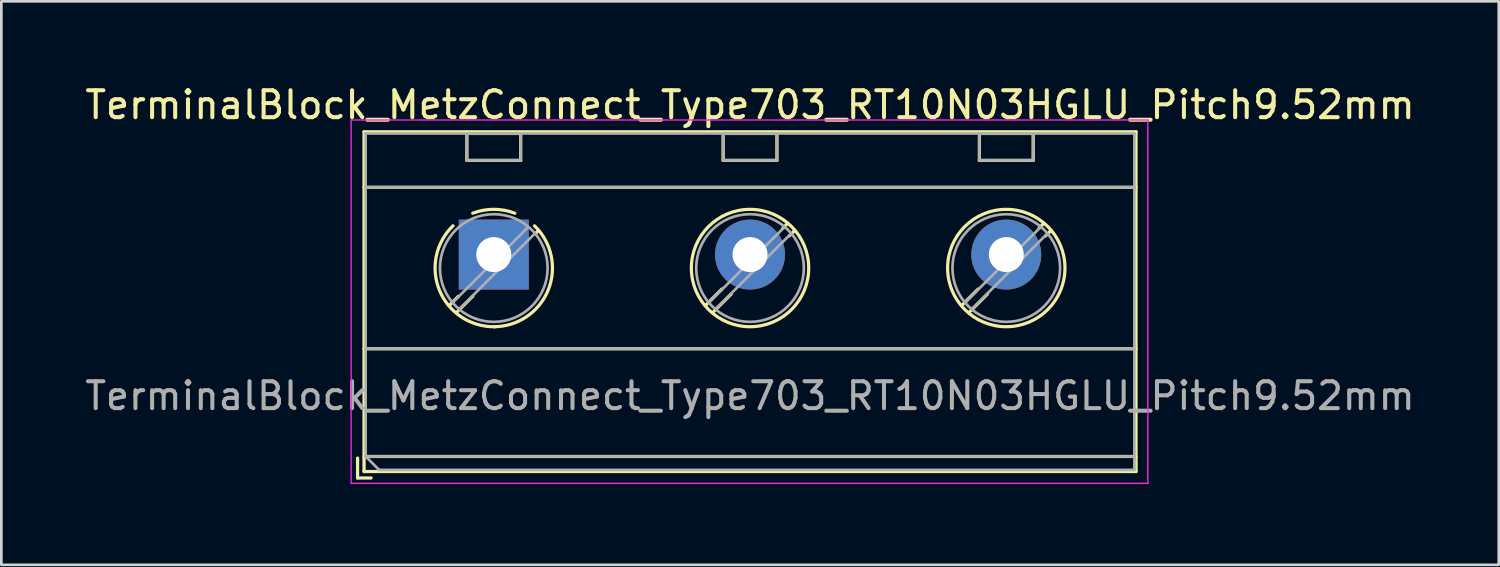
<source format=kicad_pcb>
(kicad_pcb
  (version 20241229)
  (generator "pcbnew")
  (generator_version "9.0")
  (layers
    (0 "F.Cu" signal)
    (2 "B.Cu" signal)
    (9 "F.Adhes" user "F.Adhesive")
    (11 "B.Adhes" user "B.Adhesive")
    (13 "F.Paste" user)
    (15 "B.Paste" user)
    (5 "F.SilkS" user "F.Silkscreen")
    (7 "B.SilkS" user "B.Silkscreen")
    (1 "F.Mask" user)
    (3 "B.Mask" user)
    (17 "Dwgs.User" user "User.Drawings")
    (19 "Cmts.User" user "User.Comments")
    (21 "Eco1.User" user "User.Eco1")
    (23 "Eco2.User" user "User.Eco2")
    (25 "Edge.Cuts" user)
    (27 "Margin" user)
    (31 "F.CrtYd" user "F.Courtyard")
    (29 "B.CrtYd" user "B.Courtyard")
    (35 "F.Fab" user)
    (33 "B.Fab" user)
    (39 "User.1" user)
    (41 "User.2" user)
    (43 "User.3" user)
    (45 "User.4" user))
  (footprint "TerminalBlock_MetzConnect_Type703_RT10N03HGLU_Pitch9.52mm"
    (layer "F.Cu")
    (at 15.295 6.408)
    (property "Reference" "TerminalBlock_MetzConnect_Type703_RT10N03HGLU_Pitch9.52mm" (at 9.52 -5.56 0) (layer "F.SilkS") (effects (font (size 1 1) (thickness 0.15))))
    (attr through_hole)
    (fp_line (start -5.06 7.56) (end -5.06 8.3) (stroke (width 0.12) (type solid)) (layer "F.SilkS"))
    (fp_line (start -5.06 8.3) (end -4.56 8.3) (stroke (width 0.12) (type solid)) (layer "F.SilkS"))
    (fp_line (start -4.82 -4.56) (end -4.82 8.06) (stroke (width 0.12) (type solid)) (layer "F.SilkS"))
    (fp_line (start -4.82 -2.5) (end 23.86 -2.5) (stroke (width 0.12) (type solid)) (layer "F.SilkS"))
    (fp_line (start -4.82 3.5) (end 23.86 3.5) (stroke (width 0.12) (type solid)) (layer "F.SilkS"))
    (fp_line (start -4.82 7.5) (end 23.86 7.5) (stroke (width 0.12) (type solid)) (layer "F.SilkS"))
    (fp_line (start -4.82 8.06) (end 23.86 8.06) (stroke (width 0.12) (type solid)) (layer "F.SilkS"))
    (fp_line (start -1.32 1.553) (end -1.654 1.888) (stroke (width 0.12) (type solid)) (layer "F.SilkS"))
    (fp_line (start -1 -4.5) (end -1 -3.5) (stroke (width 0.12) (type solid)) (layer "F.SilkS"))
    (fp_line (start -1 -4.5) (end 1 -4.5) (stroke (width 0.12) (type solid)) (layer "F.SilkS"))
    (fp_line (start -1 -3.5) (end 1 -3.5) (stroke (width 0.12) (type solid)) (layer "F.SilkS"))
    (fp_line (start -0.78 1.546) (end -1.388 2.154) (stroke (width 0.12) (type solid)) (layer "F.SilkS"))
    (fp_line (start 1 -4.5) (end 1 -3.5) (stroke (width 0.12) (type solid)) (layer "F.SilkS"))
    (fp_line (start 1.654 -0.888) (end 1.547 -0.781) (stroke (width 0.12) (type solid)) (layer "F.SilkS"))
    (fp_line (start 8.475 1.279) (end 7.867 1.888) (stroke (width 0.12) (type solid)) (layer "F.SilkS"))
    (fp_line (start 8.52 -4.5) (end 8.52 -3.5) (stroke (width 0.12) (type solid)) (layer "F.SilkS"))
    (fp_line (start 8.52 -4.5) (end 10.52 -4.5) (stroke (width 0.12) (type solid)) (layer "F.SilkS"))
    (fp_line (start 8.52 -3.5) (end 10.52 -3.5) (stroke (width 0.12) (type solid)) (layer "F.SilkS"))
    (fp_line (start 8.817 1.47) (end 8.133 2.154) (stroke (width 0.12) (type solid)) (layer "F.SilkS"))
    (fp_line (start 10.52 -4.5) (end 10.52 -3.5) (stroke (width 0.12) (type solid)) (layer "F.SilkS"))
    (fp_line (start 10.908 -1.154) (end 10.741 -0.986) (stroke (width 0.12) (type solid)) (layer "F.SilkS"))
    (fp_line (start 11.174 -0.888) (end 10.976 -0.69) (stroke (width 0.12) (type solid)) (layer "F.SilkS"))
    (fp_line (start 17.995 1.279) (end 17.387 1.888) (stroke (width 0.12) (type solid)) (layer "F.SilkS"))
    (fp_line (start 18.04 -4.5) (end 18.04 -3.5) (stroke (width 0.12) (type solid)) (layer "F.SilkS"))
    (fp_line (start 18.04 -4.5) (end 20.04 -4.5) (stroke (width 0.12) (type solid)) (layer "F.SilkS"))
    (fp_line (start 18.04 -3.5) (end 20.04 -3.5) (stroke (width 0.12) (type solid)) (layer "F.SilkS"))
    (fp_line (start 18.337 1.47) (end 17.653 2.154) (stroke (width 0.12) (type solid)) (layer "F.SilkS"))
    (fp_line (start 20.04 -4.5) (end 20.04 -3.5) (stroke (width 0.12) (type solid)) (layer "F.SilkS"))
    (fp_line (start 20.428 -1.154) (end 20.261 -0.986) (stroke (width 0.12) (type solid)) (layer "F.SilkS"))
    (fp_line (start 20.694 -0.888) (end 20.496 -0.69) (stroke (width 0.12) (type solid)) (layer "F.SilkS"))
    (fp_line (start 23.86 -4.56) (end -4.82 -4.56) (stroke (width 0.12) (type solid)) (layer "F.SilkS"))
    (fp_line (start 23.86 8.06) (end 23.86 -4.56) (stroke (width 0.12) (type solid)) (layer "F.SilkS"))
    (fp_arc (start -0.781211 -1.536303) (mid 0.000423 -1.681014) (end 0.782 -1.536) (stroke (width 0.12) (type solid)) (layer "F.SilkS"))
    (fp_arc (start 0.037945 2.680721) (mid -2.015074 1.334542) (end -1.515 -1.069) (stroke (width 0.12) (type solid)) (layer "F.SilkS"))
    (fp_arc (start 1.514355 -1.068161) (mid 2.021261 1.316642) (end 0 2.68) (stroke (width 0.12) (type solid)) (layer "F.SilkS"))
    (fp_circle (center 9.52 0.5) (end 11.7 0.5) (stroke (width 0.12) (type solid)) (fill no) (layer "F.SilkS"))
    (fp_circle (center 19.04 0.5) (end 21.22 0.5) (stroke (width 0.12) (type solid)) (fill no) (layer "F.SilkS"))
    (fp_line (start -5.3 -5) (end -5.3 8.5) (stroke (width 0.05) (type solid)) (layer "F.CrtYd"))
    (fp_line (start -5.3 8.5) (end 24.3 8.5) (stroke (width 0.05) (type solid)) (layer "F.CrtYd"))
    (fp_line (start 24.3 -5) (end -5.3 -5) (stroke (width 0.05) (type solid)) (layer "F.CrtYd"))
    (fp_line (start 24.3 8.5) (end 24.3 -5) (stroke (width 0.05) (type solid)) (layer "F.CrtYd"))
    (fp_line (start -4.76 -4.5) (end 23.8 -4.5) (stroke (width 0.1) (type solid)) (layer "F.Fab"))
    (fp_line (start -4.76 -2.5) (end 23.8 -2.5) (stroke (width 0.1) (type solid)) (layer "F.Fab"))
    (fp_line (start -4.76 3.5) (end 23.8 3.5) (stroke (width 0.1) (type solid)) (layer "F.Fab"))
    (fp_line (start -4.76 7.5) (end -4.76 -4.5) (stroke (width 0.1) (type solid)) (layer "F.Fab"))
    (fp_line (start -4.76 7.5) (end 23.8 7.5) (stroke (width 0.1) (type solid)) (layer "F.Fab"))
    (fp_line (start -4.26 8) (end -4.76 7.5) (stroke (width 0.1) (type solid)) (layer "F.Fab"))
    (fp_line (start -1 -4.5) (end -1 -3.5) (stroke (width 0.1) (type solid)) (layer "F.Fab"))
    (fp_line (start -1 -3.5) (end 1 -3.5) (stroke (width 0.1) (type solid)) (layer "F.Fab"))
    (fp_line (start 1 -4.5) (end -1 -4.5) (stroke (width 0.1) (type solid)) (layer "F.Fab"))
    (fp_line (start 1 -3.5) (end 1 -4.5) (stroke (width 0.1) (type solid)) (layer "F.Fab"))
    (fp_line (start 1.273 -1.017) (end -1.517 1.773) (stroke (width 0.1) (type solid)) (layer "F.Fab"))
    (fp_line (start 1.517 -0.773) (end -1.273 2.017) (stroke (width 0.1) (type solid)) (layer "F.Fab"))
    (fp_line (start 8.52 -4.5) (end 8.52 -3.5) (stroke (width 0.1) (type solid)) (layer "F.Fab"))
    (fp_line (start 8.52 -3.5) (end 10.52 -3.5) (stroke (width 0.1) (type solid)) (layer "F.Fab"))
    (fp_line (start 10.52 -4.5) (end 8.52 -4.5) (stroke (width 0.1) (type solid)) (layer "F.Fab"))
    (fp_line (start 10.52 -3.5) (end 10.52 -4.5) (stroke (width 0.1) (type solid)) (layer "F.Fab"))
    (fp_line (start 10.793 -1.017) (end 8.004 1.773) (stroke (width 0.1) (type solid)) (layer "F.Fab"))
    (fp_line (start 11.037 -0.773) (end 8.248 2.017) (stroke (width 0.1) (type solid)) (layer "F.Fab"))
    (fp_line (start 18.04 -4.5) (end 18.04 -3.5) (stroke (width 0.1) (type solid)) (layer "F.Fab"))
    (fp_line (start 18.04 -3.5) (end 20.04 -3.5) (stroke (width 0.1) (type solid)) (layer "F.Fab"))
    (fp_line (start 20.04 -4.5) (end 18.04 -4.5) (stroke (width 0.1) (type solid)) (layer "F.Fab"))
    (fp_line (start 20.04 -3.5) (end 20.04 -4.5) (stroke (width 0.1) (type solid)) (layer "F.Fab"))
    (fp_line (start 20.313 -1.017) (end 17.524 1.773) (stroke (width 0.1) (type solid)) (layer "F.Fab"))
    (fp_line (start 20.557 -0.773) (end 17.768 2.017) (stroke (width 0.1) (type solid)) (layer "F.Fab"))
    (fp_line (start 23.8 -4.5) (end 23.8 8) (stroke (width 0.1) (type solid)) (layer "F.Fab"))
    (fp_line (start 23.8 8) (end -4.26 8) (stroke (width 0.1) (type solid)) (layer "F.Fab"))
    (fp_circle (center 0 0.5) (end 2 0.5) (stroke (width 0.1) (type solid)) (fill no) (layer "F.Fab"))
    (fp_circle (center 9.52 0.5) (end 11.52 0.5) (stroke (width 0.1) (type solid)) (fill no) (layer "F.Fab"))
    (fp_circle (center 19.04 0.5) (end 21.04 0.5) (stroke (width 0.1) (type solid)) (fill no) (layer "F.Fab"))
    (fp_text user "${REFERENCE}" (at 9.52 5.25 0) (layer "F.Fab") (effects (font (size 1 1) (thickness 0.15))))
    (pad "1" thru_hole rect (at 0 0) (size 2.6 2.6) (drill 1.3) (layers "*.Cu" "*.Mask"))
    (pad "2" thru_hole circle (at 9.52 0) (size 2.6 2.6) (drill 1.3) (layers "*.Cu" "*.Mask"))
    (pad "3" thru_hole circle (at 19.04 0) (size 2.6 2.6) (drill 1.3) (layers "*.Cu" "*.Mask")))
  (gr_rect
    (start -3 -3)
    (end 52.631 17.933)
    (stroke (width 0.1) (type default))
    (fill no)
    (layer "Edge.Cuts")))
</source>
